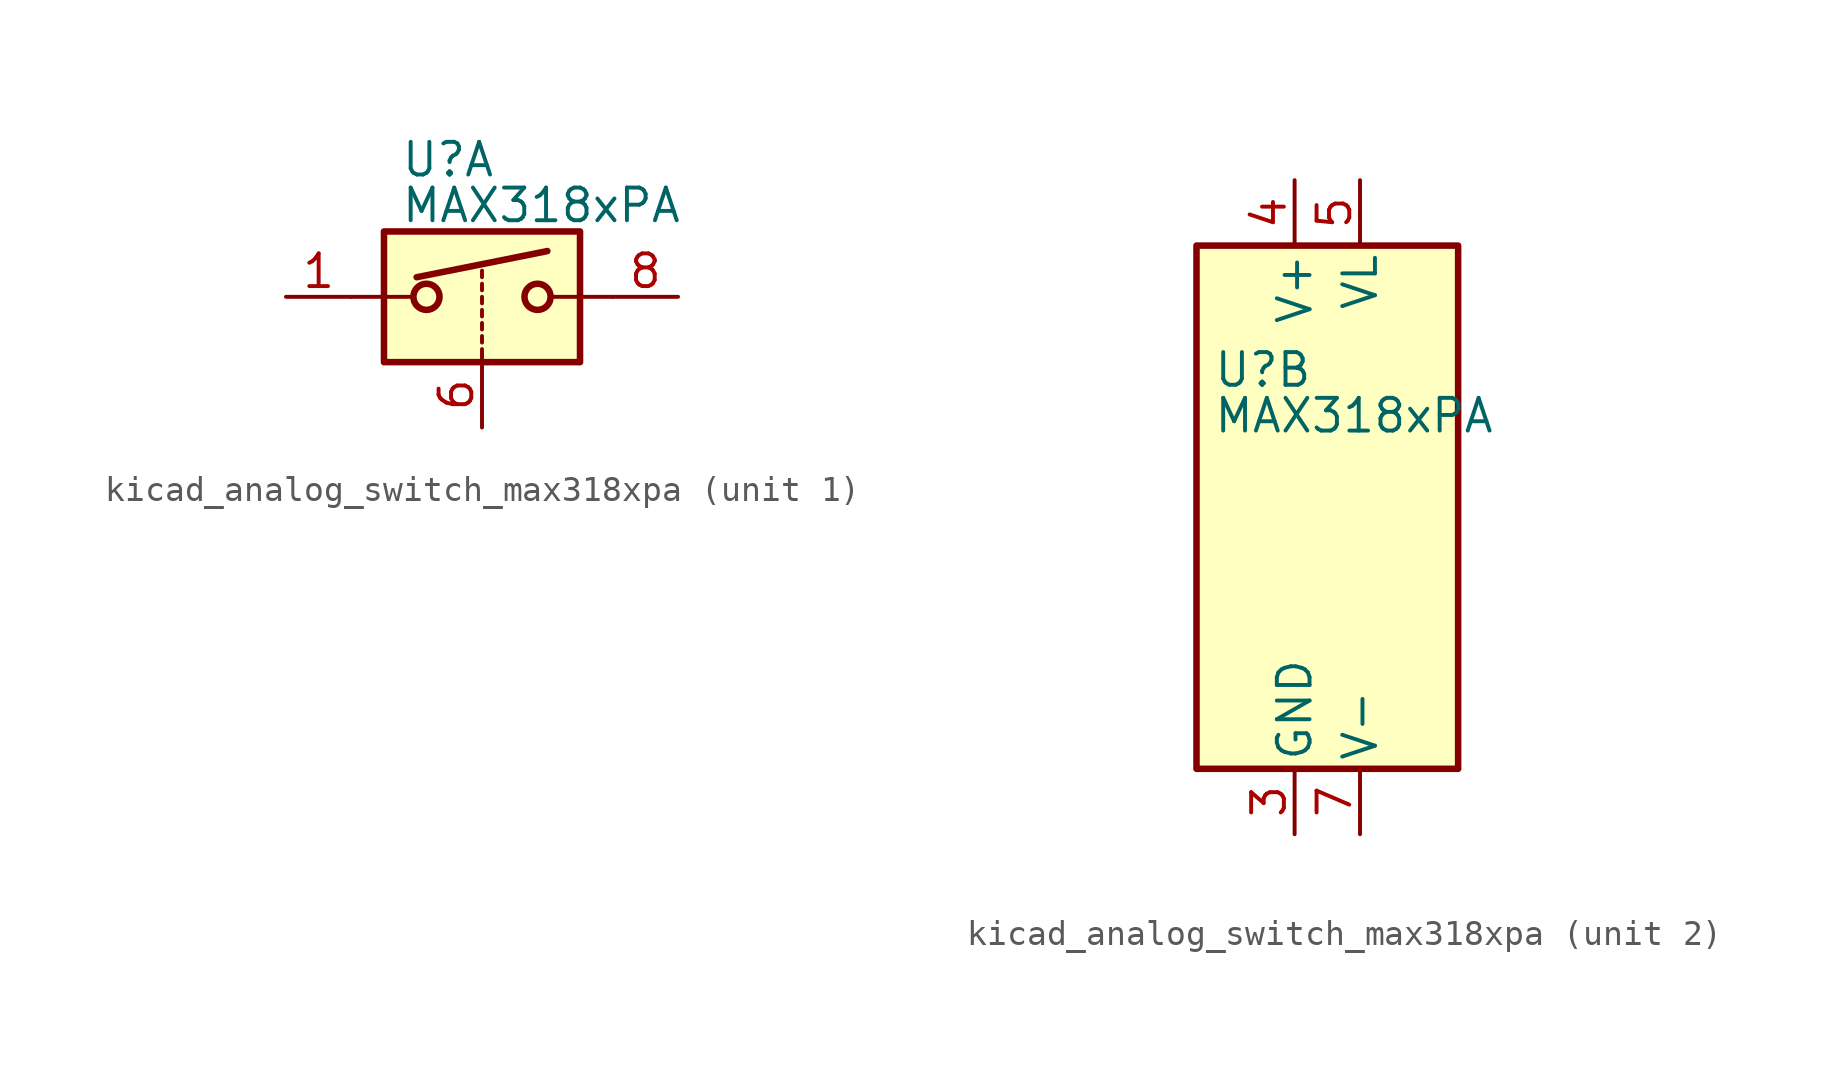
<source format=kicad_sym>
(kicad_symbol_lib
  (version 20220914)
  (generator kicad_symbol_editor)
  (symbol "kicad_analog_switch_max318xpa"
    (pin_names
      (offset 0.254))
    (property "Reference" "U"
      (at -3.175 5.334 0)
      (effects (font (size 1.27 1.27)) (justify left)))
    (property "Value" "MAX318xPA"
      (at -3.175 3.556 0)
      (effects (font (size 1.27 1.27)) (justify left)))
    (symbol "kicad_analog_switch_max318xpa_1_1"
      (rectangle (start -3.81 2.54) (end 3.81 -2.54) (stroke (width 0.254) (type default)) (fill (type background)))
      (circle (center -2.159 0) (radius 0.508) (stroke (width 0.254) (type default)) (fill (type none)))
      (polyline (pts (xy -5.08 0) (xy -2.794 0)) (stroke (width 0) (type default)) (fill (type none)))
      (polyline (pts (xy -2.54 0.762) (xy 2.54 1.778)) (stroke (width 0.254) (type default)) (fill (type none)))
      (polyline (pts (xy 0 -2.54) (xy 0 -2.032)) (stroke (width 0) (type default)) (fill (type none)))
      (polyline (pts (xy 0 -1.778) (xy 0 -1.524)) (stroke (width 0) (type default)) (fill (type none)))
      (polyline (pts (xy 0 -1.27) (xy 0 -1.016)) (stroke (width 0) (type default)) (fill (type none)))
      (polyline (pts (xy 0 -0.762) (xy 0 -0.508)) (stroke (width 0) (type default)) (fill (type none)))
      (polyline (pts (xy 0 -0.254) (xy 0 0)) (stroke (width 0) (type default)) (fill (type none)))
      (polyline (pts (xy 0 0.254) (xy 0 0.508)) (stroke (width 0) (type default)) (fill (type none)))
      (polyline (pts (xy 0 0.762) (xy 0 1.016)) (stroke (width 0) (type default)) (fill (type none)))
      (polyline (pts (xy 5.08 0) (xy 2.794 0)) (stroke (width 0) (type default)) (fill (type none)))
      (circle (center 2.159 0) (radius 0.508) (stroke (width 0.254) (type default)) (fill (type none)))
      (pin passive line (at -7.62 0 0) (length 2.54) (name "~" (effects (font (size 1.27 1.27)))) (number "1" (effects (font (size 1.27 1.27)))))
      (pin input line (at 0 -5.08 90) (length 2.54) (name "~" (effects (font (size 1.27 1.27)))) (number "6" (effects (font (size 1.27 1.27)))))
      (pin passive line (at 7.62 0 180) (length 2.54) (name "~" (effects (font (size 1.27 1.27)))) (number "8" (effects (font (size 1.27 1.27))))))
    (symbol "kicad_analog_switch_max318xpa_2_0"
      (pin no_connect line (at -2.54 10.16 270) (length 2.54) hide (name "NC" (effects (font (size 1.27 1.27)))) (number "2" (effects (font (size 1.27 1.27)))))
      (pin power_in line (at 0 -12.7 90) (length 2.54) (name "GND" (effects (font (size 1.27 1.27)))) (number "3" (effects (font (size 1.27 1.27)))))
      (pin power_in line (at 0 12.7 270) (length 2.54) (name "V+" (effects (font (size 1.27 1.27)))) (number "4" (effects (font (size 1.27 1.27)))))
      (pin power_in line (at 2.54 12.7 270) (length 2.54) (name "VL" (effects (font (size 1.27 1.27)))) (number "5" (effects (font (size 1.27 1.27)))))
      (pin power_in line (at 2.54 -12.7 90) (length 2.54) (name "V-" (effects (font (size 1.27 1.27)))) (number "7" (effects (font (size 1.27 1.27))))))
    (symbol "kicad_analog_switch_max318xpa_2_1"
      (rectangle (start -3.81 10.16) (end 6.35 -10.16) (stroke (width 0.254) (type default)) (fill (type background))))))
</source>
